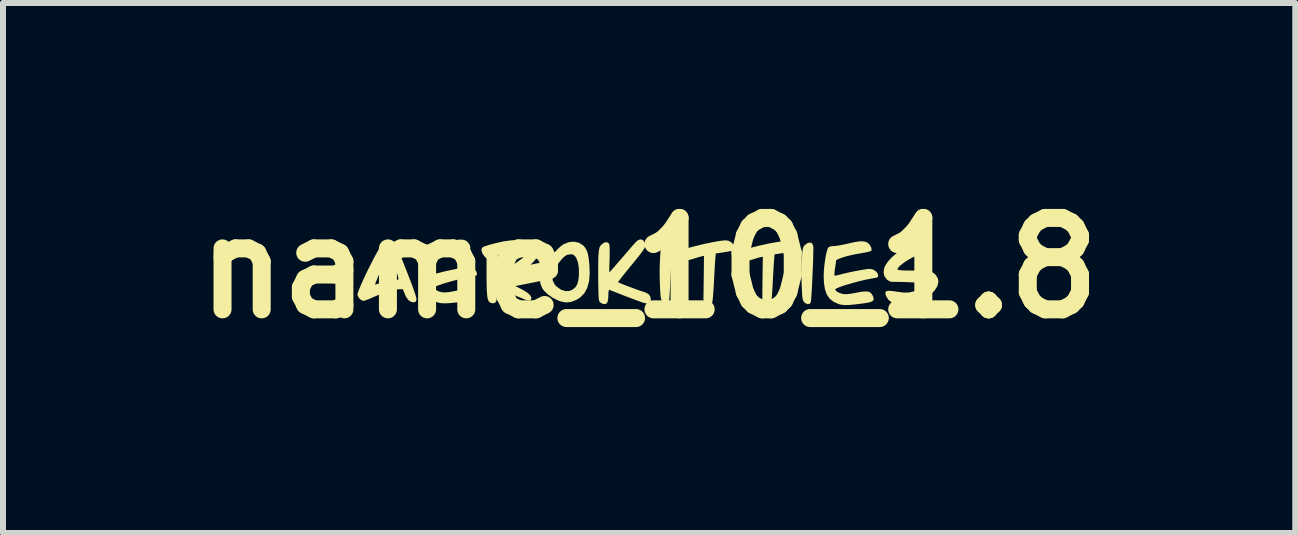
<source format=kicad_pcb>
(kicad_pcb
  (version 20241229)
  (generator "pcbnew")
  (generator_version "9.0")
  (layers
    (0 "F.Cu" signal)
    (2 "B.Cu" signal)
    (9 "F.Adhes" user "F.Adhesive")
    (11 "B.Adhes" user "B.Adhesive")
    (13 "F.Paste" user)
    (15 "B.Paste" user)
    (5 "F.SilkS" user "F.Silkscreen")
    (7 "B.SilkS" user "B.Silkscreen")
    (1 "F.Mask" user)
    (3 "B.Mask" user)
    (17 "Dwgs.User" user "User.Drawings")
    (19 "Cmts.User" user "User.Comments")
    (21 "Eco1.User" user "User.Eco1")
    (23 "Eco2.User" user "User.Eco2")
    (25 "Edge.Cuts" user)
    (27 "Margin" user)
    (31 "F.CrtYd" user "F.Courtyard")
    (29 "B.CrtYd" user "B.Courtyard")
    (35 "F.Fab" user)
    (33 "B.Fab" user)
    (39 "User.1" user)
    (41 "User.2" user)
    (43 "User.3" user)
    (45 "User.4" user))
  (footprint "name_10_1.8"
    (layer "F.Cu")
    (at 7.772 1.418)
    (property "Reference" "name_10_1.8" (at 0 0 0) (layer "F.SilkS") (effects (font (size 1.524 1.524) (thickness 0.3))))
    (attr board_only exclude_from_pos_files exclude_from_bom)
    (fp_poly (pts (xy 0.353 -0.424) (xy 0.371 -0.384) (xy 0.375 -0.349) (xy 0.374 -0.287) (xy 0.372 -0.209) (xy 0.369 -0.118) (xy 0.366 -0.019) (xy 0.361 0.084) (xy 0.356 0.187) (xy 0.351 0.285) (xy 0.346 0.375) (xy 0.342 0.451) (xy 0.337 0.51) (xy 0.333 0.548) (xy 0.331 0.559) (xy 0.308 0.585) (xy 0.274 0.588) (xy 0.235 0.567) (xy 0.224 0.557) (xy 0.212 0.543) (xy 0.203 0.527) (xy 0.196 0.503) (xy 0.191 0.467) (xy 0.187 0.414) (xy 0.183 0.341) (xy 0.18 0.28) (xy 0.177 0.178) (xy 0.176 0.068) (xy 0.177 -0.041) (xy 0.181 -0.136) (xy 0.182 -0.162) (xy 0.188 -0.243) (xy 0.193 -0.299) (xy 0.2 -0.338) (xy 0.208 -0.363) (xy 0.219 -0.382) (xy 0.231 -0.395) (xy 0.279 -0.43) (xy 0.321 -0.439)) (stroke (width 0) (type solid)) (fill yes) (layer "F.SilkS"))
    (fp_poly (pts (xy 2.717 -0.409) (xy 2.736 -0.37) (xy 2.739 -0.334) (xy 2.738 -0.273) (xy 2.736 -0.195) (xy 2.734 -0.104) (xy 2.73 -0.005) (xy 2.725 0.098) (xy 2.721 0.201) (xy 2.716 0.3) (xy 2.711 0.389) (xy 2.706 0.466) (xy 2.701 0.525) (xy 2.698 0.562) (xy 2.695 0.573) (xy 2.672 0.6) (xy 2.638 0.603) (xy 2.599 0.582) (xy 2.589 0.572) (xy 2.576 0.558) (xy 2.567 0.541) (xy 2.56 0.517) (xy 2.555 0.481) (xy 2.551 0.429) (xy 2.547 0.355) (xy 2.544 0.294) (xy 2.541 0.193) (xy 2.54 0.082) (xy 2.541 -0.027) (xy 2.545 -0.122) (xy 2.546 -0.148) (xy 2.552 -0.228) (xy 2.558 -0.285) (xy 2.564 -0.323) (xy 2.572 -0.349) (xy 2.583 -0.367) (xy 2.595 -0.381) (xy 2.643 -0.416) (xy 2.685 -0.425)) (stroke (width 0) (type solid)) (fill yes) (layer "F.SilkS"))
    (fp_poly (pts (xy 1.328 -0.452) (xy 1.369 -0.429) (xy 1.402 -0.397) (xy 1.422 -0.362) (xy 1.427 -0.328) (xy 1.413 -0.301) (xy 1.395 -0.29) (xy 1.366 -0.283) (xy 1.317 -0.273) (xy 1.258 -0.264) (xy 1.237 -0.26) (xy 1.112 -0.242) (xy 1.104 -0.154) (xy 1.101 -0.112) (xy 1.097 -0.048) (xy 1.092 0.034) (xy 1.087 0.126) (xy 1.082 0.224) (xy 1.081 0.243) (xy 1.076 0.336) (xy 1.07 0.42) (xy 1.064 0.491) (xy 1.058 0.544) (xy 1.053 0.574) (xy 1.051 0.578) (xy 1.026 0.602) (xy 0.99 0.601) (xy 0.95 0.576) (xy 0.943 0.569) (xy 0.906 0.533) (xy 0.911 0.165) (xy 0.915 -0.203) (xy 0.872 -0.193) (xy 0.834 -0.183) (xy 0.782 -0.168) (xy 0.75 -0.157) (xy 0.685 -0.138) (xy 0.638 -0.132) (xy 0.602 -0.141) (xy 0.57 -0.164) (xy 0.561 -0.172) (xy 0.527 -0.217) (xy 0.522 -0.257) (xy 0.544 -0.292) (xy 0.571 -0.306) (xy 0.622 -0.324) (xy 0.69 -0.344) (xy 0.773 -0.366) (xy 0.863 -0.388) (xy 0.957 -0.409) (xy 1.049 -0.428) (xy 1.135 -0.444) (xy 1.209 -0.455) (xy 1.266 -0.461) (xy 1.282 -0.461)) (stroke (width 0) (type solid)) (fill yes) (layer "F.SilkS"))
    (fp_poly (pts (xy 2.308 -0.438) (xy 2.349 -0.415) (xy 2.382 -0.383) (xy 2.402 -0.347) (xy 2.407 -0.314) (xy 2.393 -0.286) (xy 2.375 -0.276) (xy 2.346 -0.268) (xy 2.298 -0.259) (xy 2.238 -0.249) (xy 2.217 -0.246) (xy 2.092 -0.228) (xy 2.084 -0.139) (xy 2.081 -0.098) (xy 2.077 -0.033) (xy 2.072 0.048) (xy 2.067 0.141) (xy 2.062 0.238) (xy 2.061 0.257) (xy 2.056 0.35) (xy 2.05 0.434) (xy 2.044 0.505) (xy 2.039 0.558) (xy 2.033 0.588) (xy 2.032 0.593) (xy 2.006 0.616) (xy 1.971 0.615) (xy 1.93 0.591) (xy 1.923 0.584) (xy 1.887 0.547) (xy 1.891 0.18) (xy 1.896 -0.188) (xy 1.852 -0.179) (xy 1.814 -0.169) (xy 1.763 -0.153) (xy 1.73 -0.143) (xy 1.665 -0.123) (xy 1.618 -0.118) (xy 1.582 -0.126) (xy 1.55 -0.149) (xy 1.541 -0.157) (xy 1.508 -0.203) (xy 1.502 -0.243) (xy 1.524 -0.277) (xy 1.551 -0.292) (xy 1.602 -0.31) (xy 1.671 -0.33) (xy 1.753 -0.352) (xy 1.843 -0.374) (xy 1.937 -0.395) (xy 2.03 -0.414) (xy 2.115 -0.429) (xy 2.189 -0.441) (xy 2.246 -0.446) (xy 2.262 -0.447)) (stroke (width 0) (type solid)) (fill yes) (layer "F.SilkS"))
    (fp_poly (pts (xy -1.173 -0.422) (xy -1.105 -0.381) (xy -1.09 -0.367) (xy -1.06 -0.329) (xy -1.036 -0.284) (xy -1.019 -0.227) (xy -1.006 -0.152) (xy -0.996 -0.058) (xy -0.99 0.093) (xy -1.001 0.223) (xy -1.031 0.332) (xy -1.079 0.42) (xy -1.145 0.489) (xy -1.213 0.532) (xy -1.3 0.566) (xy -1.381 0.575) (xy -1.465 0.56) (xy -1.516 0.542) (xy -1.609 0.496) (xy -1.69 0.438) (xy -1.755 0.375) (xy -1.783 0.336) (xy -1.812 0.26) (xy -1.822 0.172) (xy -1.817 0.125) (xy -1.613 0.125) (xy -1.609 0.201) (xy -1.578 0.269) (xy -1.54 0.312) (xy -1.47 0.361) (xy -1.398 0.385) (xy -1.329 0.383) (xy -1.277 0.361) (xy -1.231 0.324) (xy -1.199 0.274) (xy -1.18 0.208) (xy -1.17 0.119) (xy -1.17 0.117) (xy -1.171 0.006) (xy -1.184 -0.087) (xy -1.21 -0.159) (xy -1.234 -0.195) (xy -1.262 -0.22) (xy -1.291 -0.229) (xy -1.331 -0.226) (xy -1.369 -0.218) (xy -1.402 -0.199) (xy -1.44 -0.165) (xy -1.46 -0.143) (xy -1.538 -0.047) (xy -1.589 0.042) (xy -1.613 0.125) (xy -1.817 0.125) (xy -1.812 0.083) (xy -1.803 0.053) (xy -1.78 0.006) (xy -1.741 -0.056) (xy -1.69 -0.125) (xy -1.632 -0.197) (xy -1.571 -0.265) (xy -1.513 -0.326) (xy -1.461 -0.372) (xy -1.425 -0.397) (xy -1.337 -0.431) (xy -1.252 -0.439)) (stroke (width 0) (type solid)) (fill yes) (layer "F.SilkS"))
    (fp_poly (pts (xy -4.303 -0.437) (xy -4.255 -0.396) (xy -4.254 -0.396) (xy -4.234 -0.372) (xy -4.216 -0.349) (xy -4.199 -0.321) (xy -4.181 -0.287) (xy -4.16 -0.241) (xy -4.134 -0.179) (xy -4.101 -0.097) (xy -4.068 -0.013) (xy -4.007 0.142) (xy -3.957 0.271) (xy -3.92 0.374) (xy -3.894 0.452) (xy -3.88 0.504) (xy -3.878 0.526) (xy -3.888 0.559) (xy -3.918 0.573) (xy -3.963 0.566) (xy -3.971 0.563) (xy -4.012 0.536) (xy -4.048 0.488) (xy -4.077 0.425) (xy -4.106 0.353) (xy -4.183 0.355) (xy -4.254 0.364) (xy -4.345 0.388) (xy -4.453 0.425) (xy -4.573 0.475) (xy -4.611 0.492) (xy -4.668 0.517) (xy -4.719 0.536) (xy -4.755 0.547) (xy -4.764 0.548) (xy -4.8 0.535) (xy -4.834 0.505) (xy -4.857 0.466) (xy -4.862 0.442) (xy -4.855 0.412) (xy -4.837 0.361) (xy -4.808 0.292) (xy -4.802 0.278) (xy -4.571 0.278) (xy -4.538 0.268) (xy -4.51 0.261) (xy -4.462 0.25) (xy -4.401 0.237) (xy -4.353 0.228) (xy -4.289 0.215) (xy -4.235 0.205) (xy -4.198 0.197) (xy -4.184 0.193) (xy -4.179 0.182) (xy -4.183 0.151) (xy -4.199 0.099) (xy -4.216 0.05) (xy -4.248 -0.037) (xy -4.275 -0.098) (xy -4.298 -0.136) (xy -4.319 -0.155) (xy -4.331 -0.159) (xy -4.358 -0.145) (xy -4.39 -0.107) (xy -4.428 -0.046) (xy -4.47 0.035) (xy -4.514 0.134) (xy -4.541 0.2) (xy -4.571 0.278) (xy -4.802 0.278) (xy -4.773 0.212) (xy -4.731 0.122) (xy -4.686 0.028) (xy -4.639 -0.065) (xy -4.593 -0.155) (xy -4.549 -0.237) (xy -4.51 -0.306) (xy -4.478 -0.358) (xy -4.455 -0.388) (xy -4.402 -0.433) (xy -4.352 -0.45)) (stroke (width 0) (type solid)) (fill yes) (layer "F.SilkS"))
    (fp_poly (pts (xy 4.567 -0.406) (xy 4.627 -0.375) (xy 4.67 -0.329) (xy 4.688 -0.285) (xy 4.698 -0.232) (xy 4.698 -0.181) (xy 4.689 -0.143) (xy 4.682 -0.133) (xy 4.648 -0.115) (xy 4.611 -0.123) (xy 4.577 -0.157) (xy 4.572 -0.166) (xy 4.542 -0.204) (xy 4.509 -0.216) (xy 4.507 -0.216) (xy 4.468 -0.209) (xy 4.418 -0.189) (xy 4.361 -0.159) (xy 4.301 -0.124) (xy 4.245 -0.086) (xy 4.196 -0.048) (xy 4.16 -0.014) (xy 4.142 0.013) (xy 4.143 0.026) (xy 4.158 0.033) (xy 4.194 0.038) (xy 4.255 0.041) (xy 4.34 0.043) (xy 4.405 0.043) (xy 4.511 0.044) (xy 4.592 0.047) (xy 4.653 0.053) (xy 4.698 0.062) (xy 4.733 0.077) (xy 4.76 0.097) (xy 4.78 0.117) (xy 4.816 0.176) (xy 4.823 0.24) (xy 4.804 0.308) (xy 4.758 0.378) (xy 4.721 0.417) (xy 4.612 0.5) (xy 4.488 0.559) (xy 4.351 0.595) (xy 4.217 0.605) (xy 4.143 0.602) (xy 4.089 0.592) (xy 4.049 0.577) (xy 3.988 0.529) (xy 3.95 0.465) (xy 3.941 0.434) (xy 3.94 0.406) (xy 3.952 0.389) (xy 3.98 0.381) (xy 4.029 0.381) (xy 4.101 0.391) (xy 4.137 0.396) (xy 4.246 0.41) (xy 4.335 0.408) (xy 4.411 0.391) (xy 4.479 0.357) (xy 4.5 0.343) (xy 4.546 0.308) (xy 4.569 0.284) (xy 4.572 0.268) (xy 4.556 0.256) (xy 4.551 0.254) (xy 4.527 0.25) (xy 4.479 0.245) (xy 4.412 0.241) (xy 4.331 0.237) (xy 4.241 0.234) (xy 4.148 0.232) (xy 4.055 0.231) (xy 4.04 0.231) (xy 4.009 0.221) (xy 3.972 0.198) (xy 3.964 0.191) (xy 3.923 0.137) (xy 3.909 0.073) (xy 3.92 0.001) (xy 3.934 -0.034) (xy 3.979 -0.104) (xy 4.044 -0.176) (xy 4.124 -0.245) (xy 4.212 -0.307) (xy 4.302 -0.359) (xy 4.39 -0.397) (xy 4.47 -0.416) (xy 4.498 -0.418)) (stroke (width 0) (type solid)) (fill yes) (layer "F.SilkS"))
    (fp_poly (pts (xy -3.089 -0.469) (xy -3.052 -0.454) (xy -3.042 -0.447) (xy -3.009 -0.414) (xy -2.986 -0.374) (xy -2.979 -0.336) (xy -2.984 -0.318) (xy -3.002 -0.308) (xy -3.042 -0.296) (xy -3.097 -0.285) (xy -3.13 -0.28) (xy -3.26 -0.257) (xy -3.378 -0.23) (xy -3.476 -0.2) (xy -3.511 -0.187) (xy -3.569 -0.162) (xy -3.587 -0.036) (xy -3.594 0.021) (xy -3.598 0.066) (xy -3.599 0.093) (xy -3.598 0.097) (xy -3.581 0.098) (xy -3.545 0.091) (xy -3.507 0.082) (xy -3.443 0.065) (xy -3.366 0.047) (xy -3.282 0.03) (xy -3.199 0.013) (xy -3.123 -0.000222) (xy -3.06 -0.01) (xy -3.018 -0.014) (xy -3.012 -0.014) (xy -2.961 -0.005) (xy -2.915 0.021) (xy -2.881 0.056) (xy -2.869 0.094) (xy -2.874 0.118) (xy -2.894 0.131) (xy -2.923 0.137) (xy -3.003 0.151) (xy -3.091 0.169) (xy -3.184 0.192) (xy -3.277 0.216) (xy -3.365 0.241) (xy -3.444 0.265) (xy -3.51 0.288) (xy -3.558 0.308) (xy -3.583 0.323) (xy -3.586 0.327) (xy -3.579 0.348) (xy -3.55 0.37) (xy -3.507 0.39) (xy -3.456 0.405) (xy -3.405 0.408) (xy -3.338 0.402) (xy -3.259 0.388) (xy -3.169 0.371) (xy -3.102 0.363) (xy -3.054 0.362) (xy -3.019 0.37) (xy -2.993 0.387) (xy -2.988 0.393) (xy -2.962 0.429) (xy -2.948 0.461) (xy -2.945 0.491) (xy -2.953 0.513) (xy -2.975 0.53) (xy -3.017 0.544) (xy -3.081 0.556) (xy -3.159 0.568) (xy -3.269 0.581) (xy -3.356 0.588) (xy -3.424 0.589) (xy -3.479 0.585) (xy -3.524 0.574) (xy -3.535 0.571) (xy -3.617 0.532) (xy -3.681 0.48) (xy -3.727 0.411) (xy -3.758 0.324) (xy -3.774 0.215) (xy -3.778 0.108) (xy -3.775 0.026) (xy -3.768 -0.061) (xy -3.757 -0.147) (xy -3.744 -0.228) (xy -3.728 -0.296) (xy -3.713 -0.347) (xy -3.698 -0.374) (xy -3.665 -0.39) (xy -3.614 -0.394) (xy -3.576 -0.397) (xy -3.518 -0.405) (xy -3.449 -0.419) (xy -3.381 -0.434) (xy -3.278 -0.457) (xy -3.198 -0.47) (xy -3.136 -0.474)) (stroke (width 0) (type solid)) (fill yes) (layer "F.SilkS"))
    (fp_poly (pts (xy 3.6 -0.44) (xy 3.636 -0.425) (xy 3.647 -0.418) (xy 3.68 -0.385) (xy 3.702 -0.345) (xy 3.71 -0.307) (xy 3.705 -0.289) (xy 3.687 -0.279) (xy 3.647 -0.267) (xy 3.592 -0.256) (xy 3.559 -0.251) (xy 3.429 -0.228) (xy 3.311 -0.201) (xy 3.212 -0.171) (xy 3.178 -0.158) (xy 3.12 -0.133) (xy 3.102 -0.007) (xy 3.094 0.05) (xy 3.09 0.095) (xy 3.09 0.122) (xy 3.091 0.126) (xy 3.108 0.127) (xy 3.144 0.12) (xy 3.182 0.11) (xy 3.246 0.094) (xy 3.323 0.076) (xy 3.407 0.058) (xy 3.49 0.042) (xy 3.566 0.029) (xy 3.628 0.019) (xy 3.671 0.015) (xy 3.677 0.014) (xy 3.728 0.024) (xy 3.774 0.05) (xy 3.807 0.085) (xy 3.82 0.123) (xy 3.815 0.147) (xy 3.795 0.16) (xy 3.766 0.166) (xy 3.686 0.18) (xy 3.597 0.198) (xy 3.504 0.22) (xy 3.412 0.245) (xy 3.324 0.27) (xy 3.244 0.294) (xy 3.179 0.317) (xy 3.131 0.337) (xy 3.106 0.352) (xy 3.103 0.356) (xy 3.11 0.376) (xy 3.139 0.399) (xy 3.182 0.419) (xy 3.233 0.434) (xy 3.284 0.437) (xy 3.351 0.431) (xy 3.43 0.417) (xy 3.52 0.4) (xy 3.586 0.391) (xy 3.635 0.391) (xy 3.67 0.399) (xy 3.696 0.416) (xy 3.701 0.422) (xy 3.727 0.458) (xy 3.74 0.49) (xy 3.744 0.519) (xy 3.736 0.542) (xy 3.713 0.559) (xy 3.672 0.573) (xy 3.608 0.585) (xy 3.53 0.596) (xy 3.419 0.609) (xy 3.333 0.617) (xy 3.264 0.618) (xy 3.21 0.613) (xy 3.165 0.603) (xy 3.154 0.599) (xy 3.072 0.561) (xy 3.008 0.509) (xy 2.962 0.44) (xy 2.931 0.353) (xy 2.915 0.244) (xy 2.911 0.137) (xy 2.913 0.055) (xy 2.921 -0.032) (xy 2.932 -0.118) (xy 2.945 -0.199) (xy 2.96 -0.267) (xy 2.976 -0.318) (xy 2.991 -0.345) (xy 3.024 -0.361) (xy 3.074 -0.365) (xy 3.113 -0.368) (xy 3.171 -0.377) (xy 3.24 -0.39) (xy 3.308 -0.405) (xy 3.411 -0.428) (xy 3.491 -0.442) (xy 3.552 -0.445)) (stroke (width 0) (type solid)) (fill yes) (layer "F.SilkS"))
    (fp_poly (pts (xy -0.11 -0.47) (xy -0.087 -0.446) (xy -0.077 -0.428) (xy -0.069 -0.408) (xy -0.063 -0.39) (xy -0.063 -0.37) (xy -0.07 -0.347) (xy -0.085 -0.318) (xy -0.11 -0.28) (xy -0.146 -0.231) (xy -0.196 -0.168) (xy -0.26 -0.088) (xy -0.341 0.01) (xy -0.365 0.04) (xy -0.416 0.103) (xy -0.46 0.158) (xy -0.493 0.201) (xy -0.513 0.228) (xy -0.517 0.237) (xy -0.498 0.246) (xy -0.458 0.263) (xy -0.403 0.286) (xy -0.339 0.31) (xy -0.272 0.335) (xy -0.208 0.359) (xy -0.153 0.378) (xy -0.119 0.388) (xy -0.05 0.413) (xy -0.005 0.44) (xy 0.019 0.475) (xy 0.029 0.522) (xy 0.029 0.536) (xy 0.025 0.572) (xy 0.009 0.591) (xy -0.023 0.595) (xy -0.075 0.585) (xy -0.094 0.58) (xy -0.127 0.569) (xy -0.182 0.549) (xy -0.253 0.523) (xy -0.335 0.492) (xy -0.422 0.459) (xy -0.51 0.424) (xy -0.593 0.392) (xy -0.66 0.365) (xy -0.67 0.369) (xy -0.677 0.395) (xy -0.679 0.442) (xy -0.682 0.513) (xy -0.691 0.561) (xy -0.706 0.589) (xy -0.729 0.601) (xy -0.737 0.603) (xy -0.775 0.597) (xy -0.808 0.579) (xy -0.82 0.569) (xy -0.828 0.558) (xy -0.834 0.542) (xy -0.839 0.516) (xy -0.842 0.478) (xy -0.844 0.424) (xy -0.846 0.349) (xy -0.848 0.25) (xy -0.848 0.221) (xy -0.849 0.118) (xy -0.849 0.016) (xy -0.848 -0.078) (xy -0.847 -0.157) (xy -0.844 -0.216) (xy -0.843 -0.23) (xy -0.837 -0.292) (xy -0.829 -0.333) (xy -0.818 -0.361) (xy -0.799 -0.385) (xy -0.791 -0.393) (xy -0.749 -0.423) (xy -0.71 -0.431) (xy -0.678 -0.417) (xy -0.662 -0.389) (xy -0.659 -0.362) (xy -0.657 -0.313) (xy -0.657 -0.247) (xy -0.658 -0.171) (xy -0.659 -0.137) (xy -0.662 -0.062) (xy -0.663 0.00001) (xy -0.663 0.046) (xy -0.661 0.07) (xy -0.66 0.072) (xy -0.648 0.059) (xy -0.619 0.025) (xy -0.574 -0.026) (xy -0.515 -0.095) (xy -0.442 -0.178) (xy -0.359 -0.275) (xy -0.266 -0.383) (xy -0.263 -0.386) (xy -0.22 -0.433) (xy -0.188 -0.461) (xy -0.162 -0.473) (xy -0.143 -0.476)) (stroke (width 0) (type solid)) (fill yes) (layer "F.SilkS"))
    (fp_poly (pts (xy -2.075 -0.457) (xy -1.987 -0.436) (xy -1.919 -0.402) (xy -1.871 -0.357) (xy -1.848 -0.301) (xy -1.845 -0.274) (xy -1.849 -0.232) (xy -1.863 -0.191) (xy -1.889 -0.149) (xy -1.929 -0.101) (xy -1.985 -0.046) (xy -2.061 0.019) (xy -2.157 0.096) (xy -2.18 0.114) (xy -2.237 0.159) (xy -2.284 0.197) (xy -2.318 0.226) (xy -2.334 0.242) (xy -2.335 0.244) (xy -2.322 0.253) (xy -2.289 0.272) (xy -2.24 0.297) (xy -2.188 0.322) (xy -2.092 0.372) (xy -2.024 0.416) (xy -1.981 0.456) (xy -1.963 0.493) (xy -1.963 0.508) (xy -1.973 0.533) (xy -1.997 0.543) (xy -2.036 0.538) (xy -2.095 0.516) (xy -2.131 0.5) (xy -2.196 0.473) (xy -2.269 0.445) (xy -2.343 0.419) (xy -2.411 0.397) (xy -2.468 0.382) (xy -2.505 0.375) (xy -2.509 0.375) (xy -2.525 0.378) (xy -2.534 0.394) (xy -2.537 0.428) (xy -2.537 0.455) (xy -2.54 0.505) (xy -2.546 0.547) (xy -2.552 0.563) (xy -2.579 0.586) (xy -2.617 0.589) (xy -2.657 0.573) (xy -2.658 0.573) (xy -2.674 0.555) (xy -2.686 0.528) (xy -2.696 0.487) (xy -2.702 0.429) (xy -2.707 0.352) (xy -2.709 0.251) (xy -2.71 0.141) (xy -2.71 0.027) (xy -2.537 0.027) (xy -2.536 0.07) (xy -2.532 0.097) (xy -2.529 0.101) (xy -2.513 0.095) (xy -2.48 0.08) (xy -2.461 0.07) (xy -2.418 0.046) (xy -2.36 0.01) (xy -2.294 -0.033) (xy -2.227 -0.08) (xy -2.164 -0.124) (xy -2.114 -0.161) (xy -2.087 -0.185) (xy -2.054 -0.225) (xy -2.049 -0.259) (xy -2.068 -0.283) (xy -2.111 -0.298) (xy -2.175 -0.3) (xy -2.19 -0.298) (xy -2.242 -0.29) (xy -2.309 -0.275) (xy -2.379 -0.257) (xy -2.395 -0.252) (xy -2.519 -0.213) (xy -2.528 -0.139) (xy -2.533 -0.085) (xy -2.536 -0.028) (xy -2.537 0.027) (xy -2.71 0.027) (xy -2.71 -0.157) (xy -2.746 -0.196) (xy -2.781 -0.246) (xy -2.795 -0.295) (xy -2.791 -0.325) (xy -2.782 -0.339) (xy -2.761 -0.352) (xy -2.726 -0.367) (xy -2.672 -0.384) (xy -2.595 -0.405) (xy -2.573 -0.411) (xy -2.431 -0.443) (xy -2.299 -0.461) (xy -2.18 -0.465)) (stroke (width 0) (type solid)) (fill yes) (layer "F.SilkS")))
  (gr_rect
    (start -3 -3)
    (end 18.545 5.836)
    (stroke (width 0.1) (type default))
    (fill no)
    (layer "Edge.Cuts")))
</source>
